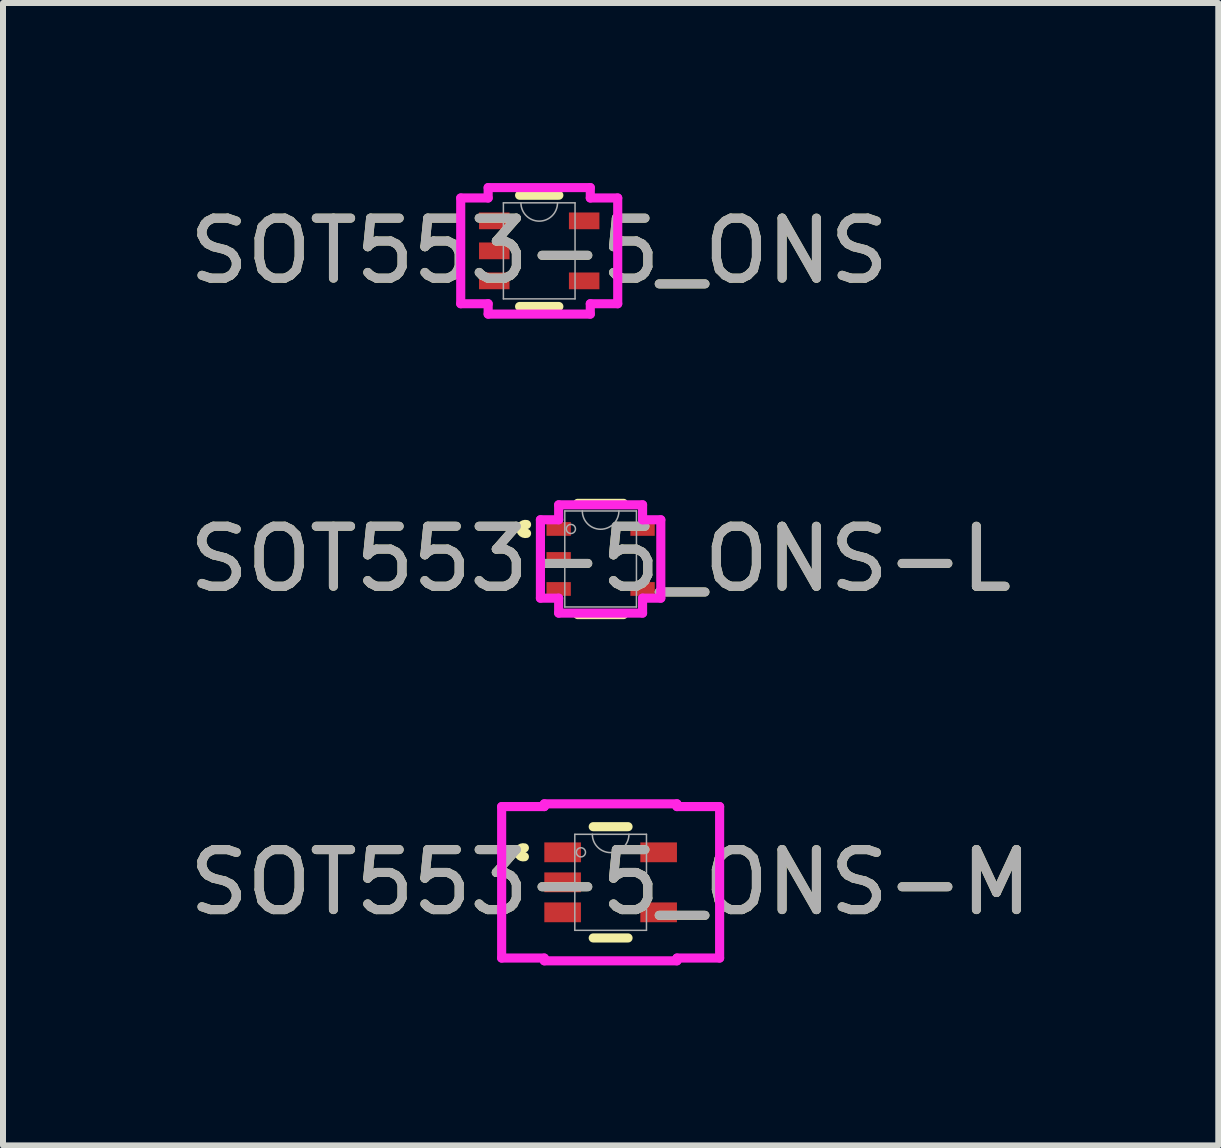
<source format=kicad_pcb>
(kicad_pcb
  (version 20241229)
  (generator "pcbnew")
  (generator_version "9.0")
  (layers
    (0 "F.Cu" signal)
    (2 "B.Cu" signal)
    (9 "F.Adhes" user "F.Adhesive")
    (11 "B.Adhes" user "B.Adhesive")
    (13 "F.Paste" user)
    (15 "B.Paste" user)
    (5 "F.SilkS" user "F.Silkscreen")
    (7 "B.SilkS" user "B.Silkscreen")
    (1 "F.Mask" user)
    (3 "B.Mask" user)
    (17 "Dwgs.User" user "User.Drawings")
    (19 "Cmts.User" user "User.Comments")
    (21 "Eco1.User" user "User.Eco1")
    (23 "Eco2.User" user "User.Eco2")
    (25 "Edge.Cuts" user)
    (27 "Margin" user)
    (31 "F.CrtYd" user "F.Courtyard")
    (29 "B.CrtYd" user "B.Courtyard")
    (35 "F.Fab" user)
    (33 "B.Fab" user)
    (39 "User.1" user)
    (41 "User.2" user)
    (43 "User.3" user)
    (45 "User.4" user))
  (footprint "SOT553-5_ONS"
    (layer "F.Cu")
    (at 5.935 1.13)
    (property "Reference" "SOT553-5_ONS" (at 0 0 0) (unlocked yes) (layer "F.SilkS") (effects (font (size 1 1) (thickness 0.15))))
    (attr smd)
    (fp_line (start -0.327 0.927) (end 0.327 0.927) (stroke (width 0.152) (type solid)) (layer "F.SilkS"))
    (fp_line (start 0.327 -0.927) (end -0.327 -0.927) (stroke (width 0.152) (type solid)) (layer "F.SilkS"))
    (fp_line (start -1.308 -0.881) (end -0.851 -0.881) (stroke (width 0.152) (type solid)) (layer "F.CrtYd"))
    (fp_line (start -1.308 0.881) (end -1.308 -0.881) (stroke (width 0.152) (type solid)) (layer "F.CrtYd"))
    (fp_line (start -0.851 -1.054) (end 0.851 -1.054) (stroke (width 0.152) (type solid)) (layer "F.CrtYd"))
    (fp_line (start -0.851 -0.881) (end -0.851 -1.054) (stroke (width 0.152) (type solid)) (layer "F.CrtYd"))
    (fp_line (start -0.851 0.881) (end -1.308 0.881) (stroke (width 0.152) (type solid)) (layer "F.CrtYd"))
    (fp_line (start -0.851 1.054) (end -0.851 0.881) (stroke (width 0.152) (type solid)) (layer "F.CrtYd"))
    (fp_line (start 0.851 -1.054) (end 0.851 -0.881) (stroke (width 0.152) (type solid)) (layer "F.CrtYd"))
    (fp_line (start 0.851 -0.881) (end 1.308 -0.881) (stroke (width 0.152) (type solid)) (layer "F.CrtYd"))
    (fp_line (start 0.851 0.881) (end 0.851 1.054) (stroke (width 0.152) (type solid)) (layer "F.CrtYd"))
    (fp_line (start 0.851 1.054) (end -0.851 1.054) (stroke (width 0.152) (type solid)) (layer "F.CrtYd"))
    (fp_line (start 1.308 -0.881) (end 1.308 0.881) (stroke (width 0.152) (type solid)) (layer "F.CrtYd"))
    (fp_line (start 1.308 0.881) (end 0.851 0.881) (stroke (width 0.152) (type solid)) (layer "F.CrtYd"))
    (fp_line (start -0.597 -0.8) (end -0.597 0.8) (stroke (width 0.025) (type solid)) (layer "F.Fab"))
    (fp_line (start -0.597 0.8) (end 0.597 0.8) (stroke (width 0.025) (type solid)) (layer "F.Fab"))
    (fp_line (start 0.597 -0.8) (end -0.597 -0.8) (stroke (width 0.025) (type solid)) (layer "F.Fab"))
    (fp_line (start 0.597 0.8) (end 0.597 -0.8) (stroke (width 0.025) (type solid)) (layer "F.Fab"))
    (fp_arc (start 0.3048 -0.8001) (mid 0 -0.4953) (end -0.3048 -0.8001) (stroke (width 0.0254) (type solid)) (layer "F.Fab"))
    (fp_circle (center -0.495 -0.5) (end -0.495 -0.5) (stroke (width 0.025) (type solid)) (fill no) (layer "F.Fab"))
    (fp_text user "${REFERENCE}" (at 0 0 0) (unlocked yes) (layer "F.Fab") (effects (font (size 1 1) (thickness 0.15))))
    (pad "1" smd rect (at -0.749 -0.5) (size 0.508 0.279) (layers "F.Cu" "F.Mask" "F.Paste"))
    (pad "2" smd rect (at -0.749 0) (size 0.508 0.279) (layers "F.Cu" "F.Mask" "F.Paste"))
    (pad "3" smd rect (at -0.749 0.5) (size 0.508 0.279) (layers "F.Cu" "F.Mask" "F.Paste"))
    (pad "4" smd rect (at 0.749 0.5) (size 0.508 0.279) (layers "F.Cu" "F.Mask" "F.Paste"))
    (pad "5" smd rect (at 0.749 -0.5) (size 0.508 0.279) (layers "F.Cu" "F.Mask" "F.Paste")))
  (footprint "SOT553-5_ONS-L"
    (layer "F.Cu")
    (at 6.958 6.264)
    (property "Reference" "SOT553-5_ONS-L" (at 0 0 0) (unlocked yes) (layer "F.SilkS") (effects (font (size 1 1) (thickness 0.15))))
    (attr smd)
    (fp_line (start -0.381 0.927) (end 0.381 0.927) (stroke (width 0.152) (type solid)) (layer "F.SilkS"))
    (fp_line (start 0.381 -0.927) (end -0.381 -0.927) (stroke (width 0.152) (type solid)) (layer "F.SilkS"))
    (fp_arc (start -1.23444 -0.426313) (mid -1.329563 -0.500126) (end -1.23444 -0.573939) (stroke (width 0.1524) (type solid)) (layer "F.SilkS"))
    (fp_line (start -1.003 -0.653) (end -0.699 -0.653) (stroke (width 0.152) (type solid)) (layer "F.CrtYd"))
    (fp_line (start -1.003 0.653) (end -1.003 -0.653) (stroke (width 0.152) (type solid)) (layer "F.CrtYd"))
    (fp_line (start -0.699 -0.902) (end 0.699 -0.902) (stroke (width 0.152) (type solid)) (layer "F.CrtYd"))
    (fp_line (start -0.699 -0.653) (end -0.699 -0.902) (stroke (width 0.152) (type solid)) (layer "F.CrtYd"))
    (fp_line (start -0.699 0.653) (end -1.003 0.653) (stroke (width 0.152) (type solid)) (layer "F.CrtYd"))
    (fp_line (start -0.699 0.902) (end -0.699 0.653) (stroke (width 0.152) (type solid)) (layer "F.CrtYd"))
    (fp_line (start 0.699 -0.902) (end 0.699 -0.653) (stroke (width 0.152) (type solid)) (layer "F.CrtYd"))
    (fp_line (start 0.699 -0.653) (end 1.003 -0.653) (stroke (width 0.152) (type solid)) (layer "F.CrtYd"))
    (fp_line (start 0.699 0.653) (end 0.699 0.902) (stroke (width 0.152) (type solid)) (layer "F.CrtYd"))
    (fp_line (start 0.699 0.902) (end -0.699 0.902) (stroke (width 0.152) (type solid)) (layer "F.CrtYd"))
    (fp_line (start 1.003 -0.653) (end 1.003 0.653) (stroke (width 0.152) (type solid)) (layer "F.CrtYd"))
    (fp_line (start 1.003 0.653) (end 0.699 0.653) (stroke (width 0.152) (type solid)) (layer "F.CrtYd"))
    (fp_line (start -0.597 -0.8) (end -0.597 0.8) (stroke (width 0.025) (type solid)) (layer "F.Fab"))
    (fp_line (start -0.597 0.8) (end 0.597 0.8) (stroke (width 0.025) (type solid)) (layer "F.Fab"))
    (fp_line (start 0.597 -0.8) (end -0.597 -0.8) (stroke (width 0.025) (type solid)) (layer "F.Fab"))
    (fp_line (start 0.597 0.8) (end 0.597 -0.8) (stroke (width 0.025) (type solid)) (layer "F.Fab"))
    (fp_arc (start 0.3048 -0.8001) (mid 0 -0.4953) (end -0.3048 -0.8001) (stroke (width 0.0254) (type solid)) (layer "F.Fab"))
    (fp_circle (center -0.495 -0.5) (end -0.419 -0.5) (stroke (width 0.025) (type solid)) (fill no) (layer "F.Fab"))
    (fp_text user "${REFERENCE}" (at 0 0 0) (unlocked yes) (layer "F.Fab") (effects (font (size 1 1) (thickness 0.15))))
    (pad "1" smd rect (at -0.699 -0.5) (size 0.406 0.229) (layers "F.Cu" "F.Mask" "F.Paste"))
    (pad "2" smd rect (at -0.699 0) (size 0.406 0.229) (layers "F.Cu" "F.Mask" "F.Paste"))
    (pad "3" smd rect (at -0.699 0.5) (size 0.406 0.229) (layers "F.Cu" "F.Mask" "F.Paste"))
    (pad "4" smd rect (at 0.699 0.5) (size 0.406 0.229) (layers "F.Cu" "F.Mask" "F.Paste"))
    (pad "5" smd rect (at 0.699 -0.5) (size 0.406 0.229) (layers "F.Cu" "F.Mask" "F.Paste")))
  (footprint "SOT553-5_ONS-M"
    (layer "F.Cu")
    (at 7.125 11.652)
    (property "Reference" "SOT553-5_ONS-M" (at 0 0 0) (unlocked yes) (layer "F.SilkS") (effects (font (size 1 1) (thickness 0.15))))
    (attr smd)
    (fp_line (start -0.29 0.927) (end 0.29 0.927) (stroke (width 0.152) (type solid)) (layer "F.SilkS"))
    (fp_line (start 0.29 -0.927) (end -0.29 -0.927) (stroke (width 0.152) (type solid)) (layer "F.SilkS"))
    (fp_arc (start -1.43764 -0.426313) (mid -1.532763 -0.500126) (end -1.43764 -0.573939) (stroke (width 0.1524) (type solid)) (layer "F.SilkS"))
    (fp_line (start -1.816 -1.262) (end -1.105 -1.262) (stroke (width 0.152) (type solid)) (layer "F.CrtYd"))
    (fp_line (start -1.816 1.262) (end -1.816 -1.262) (stroke (width 0.152) (type solid)) (layer "F.CrtYd"))
    (fp_line (start -1.105 -1.308) (end 1.105 -1.308) (stroke (width 0.152) (type solid)) (layer "F.CrtYd"))
    (fp_line (start -1.105 -1.262) (end -1.105 -1.308) (stroke (width 0.152) (type solid)) (layer "F.CrtYd"))
    (fp_line (start -1.105 1.262) (end -1.816 1.262) (stroke (width 0.152) (type solid)) (layer "F.CrtYd"))
    (fp_line (start -1.105 1.308) (end -1.105 1.262) (stroke (width 0.152) (type solid)) (layer "F.CrtYd"))
    (fp_line (start 1.105 -1.308) (end 1.105 -1.262) (stroke (width 0.152) (type solid)) (layer "F.CrtYd"))
    (fp_line (start 1.105 -1.262) (end 1.816 -1.262) (stroke (width 0.152) (type solid)) (layer "F.CrtYd"))
    (fp_line (start 1.105 1.262) (end 1.105 1.308) (stroke (width 0.152) (type solid)) (layer "F.CrtYd"))
    (fp_line (start 1.105 1.308) (end -1.105 1.308) (stroke (width 0.152) (type solid)) (layer "F.CrtYd"))
    (fp_line (start 1.816 -1.262) (end 1.816 1.262) (stroke (width 0.152) (type solid)) (layer "F.CrtYd"))
    (fp_line (start 1.816 1.262) (end 1.105 1.262) (stroke (width 0.152) (type solid)) (layer "F.CrtYd"))
    (fp_line (start -0.597 -0.8) (end -0.597 0.8) (stroke (width 0.025) (type solid)) (layer "F.Fab"))
    (fp_line (start -0.597 0.8) (end 0.597 0.8) (stroke (width 0.025) (type solid)) (layer "F.Fab"))
    (fp_line (start 0.597 -0.8) (end -0.597 -0.8) (stroke (width 0.025) (type solid)) (layer "F.Fab"))
    (fp_line (start 0.597 0.8) (end 0.597 -0.8) (stroke (width 0.025) (type solid)) (layer "F.Fab"))
    (fp_arc (start 0.3048 -0.8001) (mid 0 -0.4953) (end -0.3048 -0.8001) (stroke (width 0.0254) (type solid)) (layer "F.Fab"))
    (fp_circle (center -0.495 -0.5) (end -0.419 -0.5) (stroke (width 0.025) (type solid)) (fill no) (layer "F.Fab"))
    (fp_text user "${REFERENCE}" (at 0 0 0) (unlocked yes) (layer "F.Fab") (effects (font (size 1 1) (thickness 0.15))))
    (pad "1" smd rect (at -0.8 -0.5) (size 0.61 0.33) (layers "F.Cu" "F.Mask" "F.Paste"))
    (pad "2" smd rect (at -0.8 0) (size 0.61 0.33) (layers "F.Cu" "F.Mask" "F.Paste"))
    (pad "3" smd rect (at -0.8 0.5) (size 0.61 0.33) (layers "F.Cu" "F.Mask" "F.Paste"))
    (pad "4" smd rect (at 0.8 0.5) (size 0.61 0.33) (layers "F.Cu" "F.Mask" "F.Paste"))
    (pad "5" smd rect (at 0.8 -0.5) (size 0.61 0.33) (layers "F.Cu" "F.Mask" "F.Paste")))
  (gr_rect
    (start -3 -3)
    (end 17.25 16.036)
    (stroke (width 0.1) (type default))
    (fill no)
    (layer "Edge.Cuts")))
</source>
